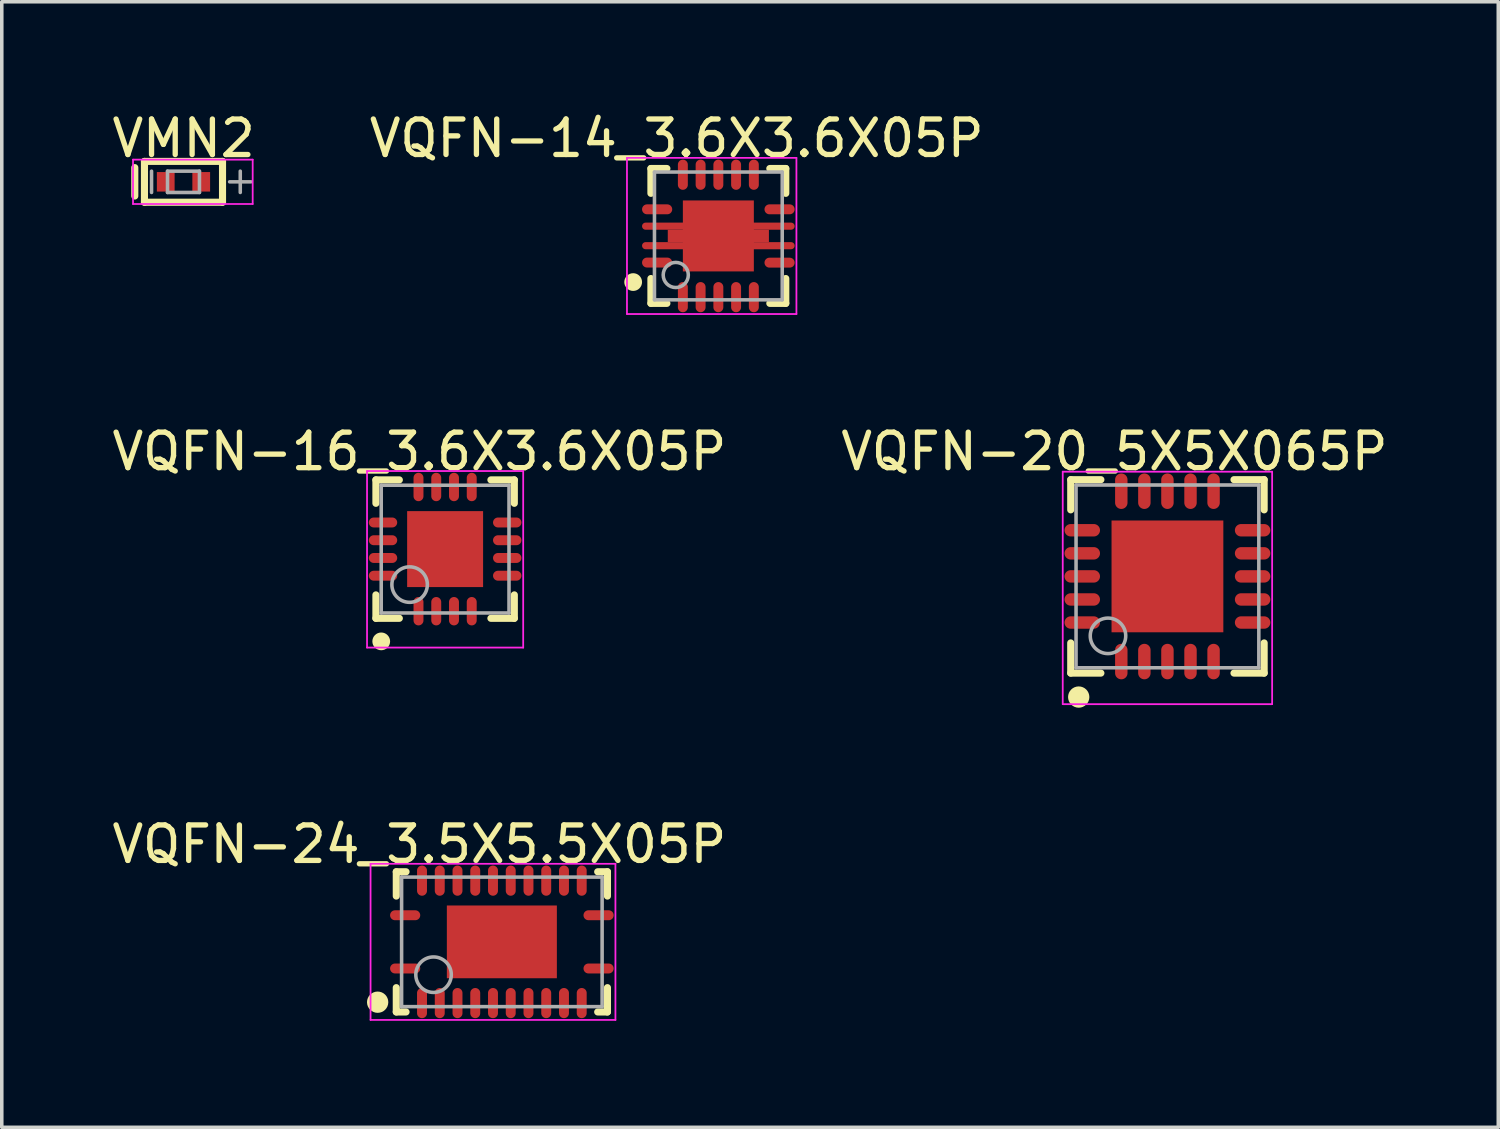
<source format=kicad_pcb>
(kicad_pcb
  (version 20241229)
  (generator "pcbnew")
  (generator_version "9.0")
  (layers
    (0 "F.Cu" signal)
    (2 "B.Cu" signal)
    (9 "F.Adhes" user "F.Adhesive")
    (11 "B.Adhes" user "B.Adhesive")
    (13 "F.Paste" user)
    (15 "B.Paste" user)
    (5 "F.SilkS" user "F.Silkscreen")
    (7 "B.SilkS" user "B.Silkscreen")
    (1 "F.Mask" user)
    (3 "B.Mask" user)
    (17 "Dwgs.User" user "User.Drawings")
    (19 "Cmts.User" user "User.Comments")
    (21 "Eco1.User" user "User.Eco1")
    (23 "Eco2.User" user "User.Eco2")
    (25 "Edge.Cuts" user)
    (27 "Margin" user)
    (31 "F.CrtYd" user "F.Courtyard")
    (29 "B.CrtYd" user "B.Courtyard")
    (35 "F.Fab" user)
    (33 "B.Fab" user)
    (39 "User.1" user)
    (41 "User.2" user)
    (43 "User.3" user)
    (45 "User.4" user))
  (footprint "VQFN-14_3.6X3.6X05P"
    (layer "F.Cu")
    (at 17.191 3.598)
    (property "Reference" "VQFN-14_3.6X3.6X05P" (at -1.174 -2.75 0) (layer "F.SilkS") (effects (font (size 1 1) (thickness 0.15))))
    (attr through_hole)
    (fp_line (start -1.9 -1.9) (end -1.45 -1.9) (stroke (width 0.2) (type solid)) (layer "F.SilkS"))
    (fp_line (start -1.9 -1.2) (end -1.9 -1.9) (stroke (width 0.2) (type solid)) (layer "F.SilkS"))
    (fp_line (start -1.9 1.9) (end -1.9 1.2) (stroke (width 0.2) (type solid)) (layer "F.SilkS"))
    (fp_line (start -1.9 1.9) (end -1.45 1.9) (stroke (width 0.2) (type solid)) (layer "F.SilkS"))
    (fp_line (start 1.45 -1.9) (end 1.9 -1.9) (stroke (width 0.2) (type solid)) (layer "F.SilkS"))
    (fp_line (start 1.45 1.9) (end 1.9 1.9) (stroke (width 0.2) (type solid)) (layer "F.SilkS"))
    (fp_line (start 1.9 -1.2) (end 1.9 -1.9) (stroke (width 0.2) (type solid)) (layer "F.SilkS"))
    (fp_line (start 1.9 1.9) (end 1.9 1.2) (stroke (width 0.2) (type solid)) (layer "F.SilkS"))
    (fp_circle (center -2.4 1.3) (end -2.275 1.3) (stroke (width 0.25) (type solid)) (fill no) (layer "F.SilkS"))
    (fp_line (start -2.575 -2.2) (end 2.2 -2.2) (stroke (width 0.05) (type solid)) (layer "F.CrtYd"))
    (fp_line (start -2.575 2.2) (end -2.575 -2.2) (stroke (width 0.05) (type solid)) (layer "F.CrtYd"))
    (fp_line (start 2.2 -2.2) (end 2.2 2.2) (stroke (width 0.05) (type solid)) (layer "F.CrtYd"))
    (fp_line (start 2.2 2.2) (end -2.575 2.2) (stroke (width 0.05) (type solid)) (layer "F.CrtYd"))
    (fp_line (start -1.8 -1.8) (end 1.8 -1.8) (stroke (width 0.1) (type solid)) (layer "F.Fab"))
    (fp_line (start -1.8 1.8) (end -1.8 -1.8) (stroke (width 0.1) (type solid)) (layer "F.Fab"))
    (fp_line (start -1.8 1.8) (end 1.8 1.8) (stroke (width 0.1) (type solid)) (layer "F.Fab"))
    (fp_line (start 1.8 1.8) (end 1.8 -1.8) (stroke (width 0.1) (type solid)) (layer "F.Fab"))
    (fp_circle (center -1.2 1.1) (end -0.846 1.1) (stroke (width 0.1) (type solid)) (fill no) (layer "F.Fab"))
    (pad "" smd oval (at 0 -0.275 180) (size 4.3 0.2) (layers "F.Cu" "F.Mask" "F.Paste"))
    (pad "" smd oval (at 0 0.275 180) (size 4.3 0.2) (layers "F.Cu" "F.Mask" "F.Paste"))
    (pad "0" smd rect (at 0 0 90) (size 0.35 2.85) (layers "F.Cu" "F.Mask" "F.Paste"))
    (pad "0" smd rect (at 0 0 180) (size 2 2) (layers "F.Cu" "F.Mask" "F.Paste"))
    (pad "1" smd oval (at -1.725 0.75 180) (size 0.85 0.28) (layers "F.Cu" "F.Mask" "F.Paste"))
    (pad "2" smd oval (at -1 1.725 90) (size 0.85 0.28) (layers "F.Cu" "F.Mask" "F.Paste"))
    (pad "3" smd oval (at -0.5 1.725 90) (size 0.85 0.28) (layers "F.Cu" "F.Mask" "F.Paste"))
    (pad "4" smd oval (at 0.00001 1.725 90) (size 0.85 0.28) (layers "F.Cu" "F.Mask" "F.Paste"))
    (pad "5" smd oval (at 0.5 1.725 90) (size 0.85 0.28) (layers "F.Cu" "F.Mask" "F.Paste"))
    (pad "6" smd oval (at 1 1.725 90) (size 0.85 0.28) (layers "F.Cu" "F.Mask" "F.Paste"))
    (pad "7" smd oval (at 1.725 0.753 180) (size 0.85 0.28) (layers "F.Cu" "F.Mask" "F.Paste"))
    (pad "8" smd oval (at 1.725 -0.75 180) (size 0.85 0.28) (layers "F.Cu" "F.Mask" "F.Paste"))
    (pad "9" smd oval (at 1 -1.725 90) (size 0.85 0.28) (layers "F.Cu" "F.Mask" "F.Paste"))
    (pad "10" smd oval (at 0.5 -1.725 90) (size 0.85 0.28) (layers "F.Cu" "F.Mask" "F.Paste"))
    (pad "11" smd oval (at 0 -1.725 90) (size 0.85 0.28) (layers "F.Cu" "F.Mask" "F.Paste"))
    (pad "12" smd oval (at -0.5 -1.725 90) (size 0.85 0.28) (layers "F.Cu" "F.Mask" "F.Paste"))
    (pad "13" smd oval (at -1 -1.725 90) (size 0.85 0.28) (layers "F.Cu" "F.Mask" "F.Paste"))
    (pad "14" smd oval (at -1.725 -0.75 180) (size 0.85 0.28) (layers "F.Cu" "F.Mask" "F.Paste")))
  (footprint "VMN2"
    (layer "F.Cu")
    (at 2.12 2.073)
    (property "Reference" "VMN2" (at 0.005 -1.224 0) (layer "F.SilkS") (effects (font (size 1 1) (thickness 0.15))))
    (attr through_hole)
    (fp_line (start -1.372 0.4) (end -1.372 -0.4) (stroke (width 0.2) (type solid)) (layer "F.SilkS"))
    (fp_line (start -1.1 -0.575) (end 1.1 -0.575) (stroke (width 0.2) (type solid)) (layer "F.SilkS"))
    (fp_line (start -1.1 0.575) (end -1.1 -0.575) (stroke (width 0.2) (type solid)) (layer "F.SilkS"))
    (fp_line (start -1.1 0.575) (end 1.1 0.575) (stroke (width 0.2) (type solid)) (layer "F.SilkS"))
    (fp_line (start 1.1 0.575) (end 1.1 -0.575) (stroke (width 0.2) (type solid)) (layer "F.SilkS"))
    (fp_line (start -1.422 -0.625) (end 1.95 -0.625) (stroke (width 0.05) (type solid)) (layer "F.CrtYd"))
    (fp_line (start -1.422 0.625) (end -1.422 -0.625) (stroke (width 0.05) (type solid)) (layer "F.CrtYd"))
    (fp_line (start 1.95 -0.625) (end 1.95 0.625) (stroke (width 0.05) (type solid)) (layer "F.CrtYd"))
    (fp_line (start 1.95 0.625) (end -1.422 0.625) (stroke (width 0.05) (type solid)) (layer "F.CrtYd"))
    (fp_line (start -0.9 0.3) (end -0.9 -0.3) (stroke (width 0.1) (type solid)) (layer "F.Fab"))
    (fp_line (start -0.45 -0.3) (end 0.45 -0.3) (stroke (width 0.1) (type solid)) (layer "F.Fab"))
    (fp_line (start -0.45 0.3) (end -0.45 -0.3) (stroke (width 0.1) (type solid)) (layer "F.Fab"))
    (fp_line (start -0.45 0.3) (end 0.45 0.3) (stroke (width 0.1) (type solid)) (layer "F.Fab"))
    (fp_line (start 0.45 0.3) (end 0.45 -0.3) (stroke (width 0.1) (type solid)) (layer "F.Fab"))
    (fp_line (start 1.3 0) (end 1.9 0) (stroke (width 0.1) (type solid)) (layer "F.Fab"))
    (fp_line (start 1.6 0.3) (end 1.6 -0.3) (stroke (width 0.1) (type solid)) (layer "F.Fab"))
    (pad "1" smd rect (at 0.5 0) (size 0.5 0.55) (layers "F.Cu" "F.Mask" "F.Paste"))
    (pad "2" smd rect (at -0.5 0) (size 0.5 0.55) (layers "F.Cu" "F.Mask" "F.Paste")))
  (footprint "VQFN-24_3.5X5.5X05P"
    (layer "F.Cu")
    (at 11.091 23.489)
    (property "Reference" "VQFN-24_3.5X5.5X05P" (at -2.324 -2.75 0) (layer "F.SilkS") (effects (font (size 1 1) (thickness 0.15))))
    (attr through_hole)
    (fp_line (start -2.975 -1.975) (end -2.7 -1.975) (stroke (width 0.2) (type solid)) (layer "F.SilkS"))
    (fp_line (start -2.975 -1.29) (end -2.975 -1.975) (stroke (width 0.2) (type solid)) (layer "F.SilkS"))
    (fp_line (start -2.975 1.975) (end -2.975 1.29) (stroke (width 0.2) (type solid)) (layer "F.SilkS"))
    (fp_line (start -2.975 1.975) (end -2.7 1.975) (stroke (width 0.2) (type solid)) (layer "F.SilkS"))
    (fp_line (start 2.7 -1.975) (end 2.975 -1.975) (stroke (width 0.2) (type solid)) (layer "F.SilkS"))
    (fp_line (start 2.7 1.975) (end 2.975 1.975) (stroke (width 0.2) (type solid)) (layer "F.SilkS"))
    (fp_line (start 2.975 -1.29) (end 2.975 -1.975) (stroke (width 0.2) (type solid)) (layer "F.SilkS"))
    (fp_line (start 2.975 1.975) (end 2.975 1.29) (stroke (width 0.2) (type solid)) (layer "F.SilkS"))
    (fp_circle (center -3.5 1.7) (end -3.35 1.7) (stroke (width 0.3) (type solid)) (fill no) (layer "F.SilkS"))
    (fp_poly (pts (xy -1.465 -0.145) (xy -0.145 -0.145) (xy -0.145 -0.965) (xy -1.465 -0.965)) (stroke (width 0.15) (type solid)) (fill yes) (layer "F.Paste"))
    (fp_poly (pts (xy -1.465 0.975) (xy -0.145 0.975) (xy -0.145 0.155) (xy -1.465 0.155)) (stroke (width 0.15) (type solid)) (fill yes) (layer "F.Paste"))
    (fp_poly (pts (xy 0.155 -0.145) (xy 1.475 -0.145) (xy 1.475 -0.965) (xy 0.155 -0.965)) (stroke (width 0.15) (type solid)) (fill yes) (layer "F.Paste"))
    (fp_poly (pts (xy 0.155 0.975) (xy 1.475 0.975) (xy 1.475 0.155) (xy 0.155 0.155)) (stroke (width 0.15) (type solid)) (fill yes) (layer "F.Paste"))
    (fp_line (start -3.7 -2.2) (end 3.2 -2.2) (stroke (width 0.05) (type solid)) (layer "F.CrtYd"))
    (fp_line (start -3.7 2.2) (end -3.7 -2.2) (stroke (width 0.05) (type solid)) (layer "F.CrtYd"))
    (fp_line (start 3.2 -2.2) (end 3.2 2.2) (stroke (width 0.05) (type solid)) (layer "F.CrtYd"))
    (fp_line (start 3.2 2.2) (end -3.7 2.2) (stroke (width 0.05) (type solid)) (layer "F.CrtYd"))
    (fp_line (start -2.825 -1.825) (end 2.825 -1.825) (stroke (width 0.1) (type solid)) (layer "F.Fab"))
    (fp_line (start -2.825 1.825) (end -2.825 -1.825) (stroke (width 0.1) (type solid)) (layer "F.Fab"))
    (fp_line (start -2.825 1.825) (end 2.825 1.825) (stroke (width 0.1) (type solid)) (layer "F.Fab"))
    (fp_line (start 2.825 1.825) (end 2.825 -1.825) (stroke (width 0.1) (type solid)) (layer "F.Fab"))
    (fp_circle (center -1.925 0.925) (end -1.425 0.925) (stroke (width 0.1) (type solid)) (fill no) (layer "F.Fab"))
    (pad "0" smd rect (at 0 0) (size 3.1 2.05) (layers "F.Cu" "F.Mask" "F.Paste"))
    (pad "1" smd oval (at -2.725 0.75 90) (size 0.28 0.85) (layers "F.Cu" "F.Mask" "F.Paste"))
    (pad "2" smd oval (at -2.25 1.725) (size 0.28 0.85) (layers "F.Cu" "F.Mask" "F.Paste"))
    (pad "3" smd oval (at -1.75 1.725) (size 0.28 0.85) (layers "F.Cu" "F.Mask" "F.Paste"))
    (pad "4" smd oval (at -1.25 1.725) (size 0.28 0.85) (layers "F.Cu" "F.Mask" "F.Paste"))
    (pad "5" smd oval (at -0.75 1.725) (size 0.28 0.85) (layers "F.Cu" "F.Mask" "F.Paste"))
    (pad "6" smd oval (at -0.25 1.725) (size 0.28 0.85) (layers "F.Cu" "F.Mask" "F.Paste"))
    (pad "7" smd oval (at 0.25 1.725) (size 0.28 0.85) (layers "F.Cu" "F.Mask" "F.Paste"))
    (pad "8" smd oval (at 0.75 1.725) (size 0.28 0.85) (layers "F.Cu" "F.Mask" "F.Paste"))
    (pad "9" smd oval (at 1.25 1.725) (size 0.28 0.85) (layers "F.Cu" "F.Mask" "F.Paste"))
    (pad "10" smd oval (at 1.75 1.725) (size 0.28 0.85) (layers "F.Cu" "F.Mask" "F.Paste"))
    (pad "11" smd oval (at 2.25 1.725) (size 0.28 0.85) (layers "F.Cu" "F.Mask" "F.Paste"))
    (pad "12" smd oval (at 2.725 0.75 90) (size 0.28 0.85) (layers "F.Cu" "F.Mask" "F.Paste"))
    (pad "13" smd oval (at 2.725 -0.75 90) (size 0.28 0.85) (layers "F.Cu" "F.Mask" "F.Paste"))
    (pad "14" smd oval (at 2.25 -1.725) (size 0.28 0.85) (layers "F.Cu" "F.Mask" "F.Paste"))
    (pad "15" smd oval (at 1.75 -1.725) (size 0.28 0.85) (layers "F.Cu" "F.Mask" "F.Paste"))
    (pad "16" smd oval (at 1.25 -1.725) (size 0.28 0.85) (layers "F.Cu" "F.Mask" "F.Paste"))
    (pad "17" smd oval (at 0.75 -1.725) (size 0.28 0.85) (layers "F.Cu" "F.Mask" "F.Paste"))
    (pad "18" smd oval (at 0.25 -1.725) (size 0.28 0.85) (layers "F.Cu" "F.Mask" "F.Paste"))
    (pad "19" smd oval (at -0.25 -1.725) (size 0.28 0.85) (layers "F.Cu" "F.Mask" "F.Paste"))
    (pad "20" smd oval (at -0.75 -1.725) (size 0.28 0.85) (layers "F.Cu" "F.Mask" "F.Paste"))
    (pad "21" smd oval (at -1.25 -1.725) (size 0.28 0.85) (layers "F.Cu" "F.Mask" "F.Paste"))
    (pad "22" smd oval (at -1.75 -1.725) (size 0.28 0.85) (layers "F.Cu" "F.Mask" "F.Paste"))
    (pad "23" smd oval (at -2.25 -1.725) (size 0.28 0.85) (layers "F.Cu" "F.Mask" "F.Paste"))
    (pad "24" smd oval (at -2.725 -0.75 90) (size 0.28 0.85) (layers "F.Cu" "F.Mask" "F.Paste")))
  (footprint "VQFN-16_3.6X3.6X05P"
    (layer "F.Cu")
    (at 9.492 12.422)
    (property "Reference" "VQFN-16_3.6X3.6X05P" (at -0.724 -2.75 0) (layer "F.SilkS") (effects (font (size 1 1) (thickness 0.15))))
    (attr through_hole)
    (fp_line (start -1.95 -1.95) (end -1.29 -1.95) (stroke (width 0.2) (type solid)) (layer "F.SilkS"))
    (fp_line (start -1.95 -1.29) (end -1.95 -1.95) (stroke (width 0.2) (type solid)) (layer "F.SilkS"))
    (fp_line (start -1.95 1.95) (end -1.95 1.29) (stroke (width 0.2) (type solid)) (layer "F.SilkS"))
    (fp_line (start -1.95 1.95) (end -1.29 1.95) (stroke (width 0.2) (type solid)) (layer "F.SilkS"))
    (fp_line (start 1.29 -1.95) (end 1.95 -1.95) (stroke (width 0.2) (type solid)) (layer "F.SilkS"))
    (fp_line (start 1.29 1.95) (end 1.95 1.95) (stroke (width 0.2) (type solid)) (layer "F.SilkS"))
    (fp_line (start 1.95 -1.29) (end 1.95 -1.95) (stroke (width 0.2) (type solid)) (layer "F.SilkS"))
    (fp_line (start 1.95 1.95) (end 1.95 1.29) (stroke (width 0.2) (type solid)) (layer "F.SilkS"))
    (fp_circle (center -1.8 2.6) (end -1.675 2.6) (stroke (width 0.25) (type solid)) (fill no) (layer "F.SilkS"))
    (fp_poly (pts (xy -1 -0.15) (xy -0.15 -0.15) (xy -0.15 -1) (xy -1 -1)) (stroke (width 0.15) (type solid)) (fill yes) (layer "F.Paste"))
    (fp_poly (pts (xy -1 1) (xy -0.15 1) (xy -0.15 0.15) (xy -1 0.15)) (stroke (width 0.15) (type solid)) (fill yes) (layer "F.Paste"))
    (fp_poly (pts (xy 0.15 -0.15) (xy 1 -0.15) (xy 1 -1) (xy 0.15 -1)) (stroke (width 0.15) (type solid)) (fill yes) (layer "F.Paste"))
    (fp_poly (pts (xy 0.15 1) (xy 1 1) (xy 1 0.15) (xy 0.15 0.15)) (stroke (width 0.15) (type solid)) (fill yes) (layer "F.Paste"))
    (fp_line (start -2.2 -2.2) (end 2.2 -2.2) (stroke (width 0.05) (type solid)) (layer "F.CrtYd"))
    (fp_line (start -2.2 2.775) (end -2.2 -2.2) (stroke (width 0.05) (type solid)) (layer "F.CrtYd"))
    (fp_line (start 2.2 -2.2) (end 2.2 2.775) (stroke (width 0.05) (type solid)) (layer "F.CrtYd"))
    (fp_line (start 2.2 2.775) (end -2.2 2.775) (stroke (width 0.05) (type solid)) (layer "F.CrtYd"))
    (fp_line (start -1.8 -1.8) (end 1.8 -1.8) (stroke (width 0.1) (type solid)) (layer "F.Fab"))
    (fp_line (start -1.8 1.8) (end -1.8 -1.8) (stroke (width 0.1) (type solid)) (layer "F.Fab"))
    (fp_line (start -1.8 1.8) (end 1.8 1.8) (stroke (width 0.1) (type solid)) (layer "F.Fab"))
    (fp_line (start 1.8 1.8) (end 1.8 -1.8) (stroke (width 0.1) (type solid)) (layer "F.Fab"))
    (fp_circle (center -1 1) (end -0.5 1) (stroke (width 0.1) (type solid)) (fill no) (layer "F.Fab"))
    (pad "0" smd rect (at 0 0 90) (size 2.14 2.14) (layers "F.Cu" "F.Mask" "F.Paste"))
    (pad "1" smd oval (at -0.75 1.75 180) (size 0.28 0.8) (layers "F.Cu" "F.Mask" "F.Paste"))
    (pad "2" smd oval (at -0.25 1.75 180) (size 0.28 0.8) (layers "F.Cu" "F.Mask" "F.Paste"))
    (pad "3" smd oval (at 0.25 1.75 180) (size 0.28 0.8) (layers "F.Cu" "F.Mask" "F.Paste"))
    (pad "4" smd oval (at 0.75 1.75 180) (size 0.28 0.8) (layers "F.Cu" "F.Mask" "F.Paste"))
    (pad "5" smd oval (at 1.75 0.75 90) (size 0.28 0.8) (layers "F.Cu" "F.Mask" "F.Paste"))
    (pad "6" smd oval (at 1.75 0.25 90) (size 0.28 0.8) (layers "F.Cu" "F.Mask" "F.Paste"))
    (pad "7" smd oval (at 1.75 -0.25 90) (size 0.28 0.8) (layers "F.Cu" "F.Mask" "F.Paste"))
    (pad "8" smd oval (at 1.75 -0.75 90) (size 0.28 0.8) (layers "F.Cu" "F.Mask" "F.Paste"))
    (pad "9" smd oval (at 0.75 -1.75 180) (size 0.28 0.8) (layers "F.Cu" "F.Mask" "F.Paste"))
    (pad "10" smd oval (at 0.25 -1.75 180) (size 0.28 0.8) (layers "F.Cu" "F.Mask" "F.Paste"))
    (pad "11" smd oval (at -0.25 -1.75 180) (size 0.28 0.8) (layers "F.Cu" "F.Mask" "F.Paste"))
    (pad "12" smd oval (at -0.75 -1.75 180) (size 0.28 0.8) (layers "F.Cu" "F.Mask" "F.Paste"))
    (pad "13" smd oval (at -1.75 -0.75 90) (size 0.28 0.8) (layers "F.Cu" "F.Mask" "F.Paste"))
    (pad "14" smd oval (at -1.75 -0.25 90) (size 0.28 0.8) (layers "F.Cu" "F.Mask" "F.Paste"))
    (pad "15" smd oval (at -1.75 0.25 90) (size 0.28 0.8) (layers "F.Cu" "F.Mask" "F.Paste"))
    (pad "16" smd oval (at -1.75 0.75 90) (size 0.28 0.8) (layers "F.Cu" "F.Mask" "F.Paste")))
  (footprint "VQFN-20_5X5X065P"
    (layer "F.Cu")
    (at 29.845 13.191)
    (property "Reference" "VQFN-20_5X5X065P" (at -1.494 -3.519 0) (layer "F.SilkS") (effects (font (size 1 1) (thickness 0.15))))
    (attr through_hole)
    (fp_line (start -2.725 -2.725) (end -1.875 -2.725) (stroke (width 0.2) (type solid)) (layer "F.SilkS"))
    (fp_line (start -2.725 -1.875) (end -2.725 -2.725) (stroke (width 0.2) (type solid)) (layer "F.SilkS"))
    (fp_line (start -2.725 2.725) (end -2.725 1.875) (stroke (width 0.2) (type solid)) (layer "F.SilkS"))
    (fp_line (start -2.725 2.725) (end -1.875 2.725) (stroke (width 0.2) (type solid)) (layer "F.SilkS"))
    (fp_line (start 1.875 -2.725) (end 2.725 -2.725) (stroke (width 0.2) (type solid)) (layer "F.SilkS"))
    (fp_line (start 1.875 2.725) (end 2.725 2.725) (stroke (width 0.2) (type solid)) (layer "F.SilkS"))
    (fp_line (start 2.725 -1.875) (end 2.725 -2.725) (stroke (width 0.2) (type solid)) (layer "F.SilkS"))
    (fp_line (start 2.725 2.725) (end 2.725 1.875) (stroke (width 0.2) (type solid)) (layer "F.SilkS"))
    (fp_circle (center -2.5 3.4) (end -2.35 3.4) (stroke (width 0.3) (type solid)) (fill no) (layer "F.SilkS"))
    (fp_poly (pts (xy -1.45 -0.15) (xy -0.15 -0.15) (xy -0.15 -1.45) (xy -1.45 -1.45)) (stroke (width 0.15) (type solid)) (fill yes) (layer "F.Paste"))
    (fp_poly (pts (xy -1.45 1.45) (xy -0.15 1.45) (xy -0.15 0.15) (xy -1.45 0.15)) (stroke (width 0.15) (type solid)) (fill yes) (layer "F.Paste"))
    (fp_poly (pts (xy 0.15 -0.15) (xy 1.45 -0.15) (xy 1.45 -1.45) (xy 0.15 -1.45)) (stroke (width 0.15) (type solid)) (fill yes) (layer "F.Paste"))
    (fp_poly (pts (xy 0.15 1.45) (xy 1.45 1.45) (xy 1.45 0.15) (xy 0.15 0.15)) (stroke (width 0.15) (type solid)) (fill yes) (layer "F.Paste"))
    (fp_line (start -2.95 -2.95) (end 2.95 -2.95) (stroke (width 0.05) (type solid)) (layer "F.CrtYd"))
    (fp_line (start -2.95 3.6) (end -2.95 -2.95) (stroke (width 0.05) (type solid)) (layer "F.CrtYd"))
    (fp_line (start 2.95 -2.95) (end 2.95 3.6) (stroke (width 0.05) (type solid)) (layer "F.CrtYd"))
    (fp_line (start 2.95 3.6) (end -2.95 3.6) (stroke (width 0.05) (type solid)) (layer "F.CrtYd"))
    (fp_line (start -2.575 -2.575) (end 2.575 -2.575) (stroke (width 0.1) (type solid)) (layer "F.Fab"))
    (fp_line (start -2.575 2.575) (end -2.575 -2.575) (stroke (width 0.1) (type solid)) (layer "F.Fab"))
    (fp_line (start -2.575 2.575) (end 2.575 2.575) (stroke (width 0.1) (type solid)) (layer "F.Fab"))
    (fp_line (start 2.575 2.575) (end 2.575 -2.575) (stroke (width 0.1) (type solid)) (layer "F.Fab"))
    (fp_circle (center -1.675 1.675) (end -1.175 1.675) (stroke (width 0.1) (type solid)) (fill no) (layer "F.Fab"))
    (pad "0" smd rect (at 0 0 90) (size 3.15 3.15) (layers "F.Cu" "F.Mask" "F.Paste"))
    (pad "1" smd oval (at -1.3 2.4 180) (size 0.35 1) (layers "F.Cu" "F.Mask" "F.Paste"))
    (pad "2" smd oval (at -0.65 2.4 180) (size 0.35 1) (layers "F.Cu" "F.Mask" "F.Paste"))
    (pad "3" smd oval (at 0 2.4 180) (size 0.35 1) (layers "F.Cu" "F.Mask" "F.Paste"))
    (pad "4" smd oval (at 0.65 2.4 180) (size 0.35 1) (layers "F.Cu" "F.Mask" "F.Paste"))
    (pad "5" smd oval (at 1.3 2.4 180) (size 0.35 1) (layers "F.Cu" "F.Mask" "F.Paste"))
    (pad "6" smd oval (at 2.4 1.3 90) (size 0.35 1) (layers "F.Cu" "F.Mask" "F.Paste"))
    (pad "7" smd oval (at 2.4 0.65 90) (size 0.35 1) (layers "F.Cu" "F.Mask" "F.Paste"))
    (pad "8" smd oval (at 2.4 0 90) (size 0.35 1) (layers "F.Cu" "F.Mask" "F.Paste"))
    (pad "9" smd oval (at 2.4 -0.65 90) (size 0.35 1) (layers "F.Cu" "F.Mask" "F.Paste"))
    (pad "10" smd oval (at 2.4 -1.3 90) (size 0.35 1) (layers "F.Cu" "F.Mask" "F.Paste"))
    (pad "11" smd oval (at 1.3 -2.4 180) (size 0.35 1) (layers "F.Cu" "F.Mask" "F.Paste"))
    (pad "12" smd oval (at 0.65 -2.4 180) (size 0.35 1) (layers "F.Cu" "F.Mask" "F.Paste"))
    (pad "13" smd oval (at 0 -2.4 180) (size 0.35 1) (layers "F.Cu" "F.Mask" "F.Paste"))
    (pad "14" smd oval (at -0.65 -2.4 180) (size 0.35 1) (layers "F.Cu" "F.Mask" "F.Paste"))
    (pad "15" smd oval (at -1.3 -2.4 180) (size 0.35 1) (layers "F.Cu" "F.Mask" "F.Paste"))
    (pad "16" smd oval (at -2.4 -1.3 90) (size 0.35 1) (layers "F.Cu" "F.Mask" "F.Paste"))
    (pad "17" smd oval (at -2.4 -0.65 90) (size 0.35 1) (layers "F.Cu" "F.Mask" "F.Paste"))
    (pad "18" smd oval (at -2.4 0 90) (size 0.35 1) (layers "F.Cu" "F.Mask" "F.Paste"))
    (pad "19" smd oval (at -2.4 0.65 90) (size 0.35 1) (layers "F.Cu" "F.Mask" "F.Paste"))
    (pad "20" smd oval (at -2.4 1.3 90) (size 0.35 1) (layers "F.Cu" "F.Mask" "F.Paste")))
  (gr_rect
    (start -3 -3)
    (end 39.167 28.714)
    (stroke (width 0.1) (type default))
    (fill no)
    (layer "Edge.Cuts")))
</source>
